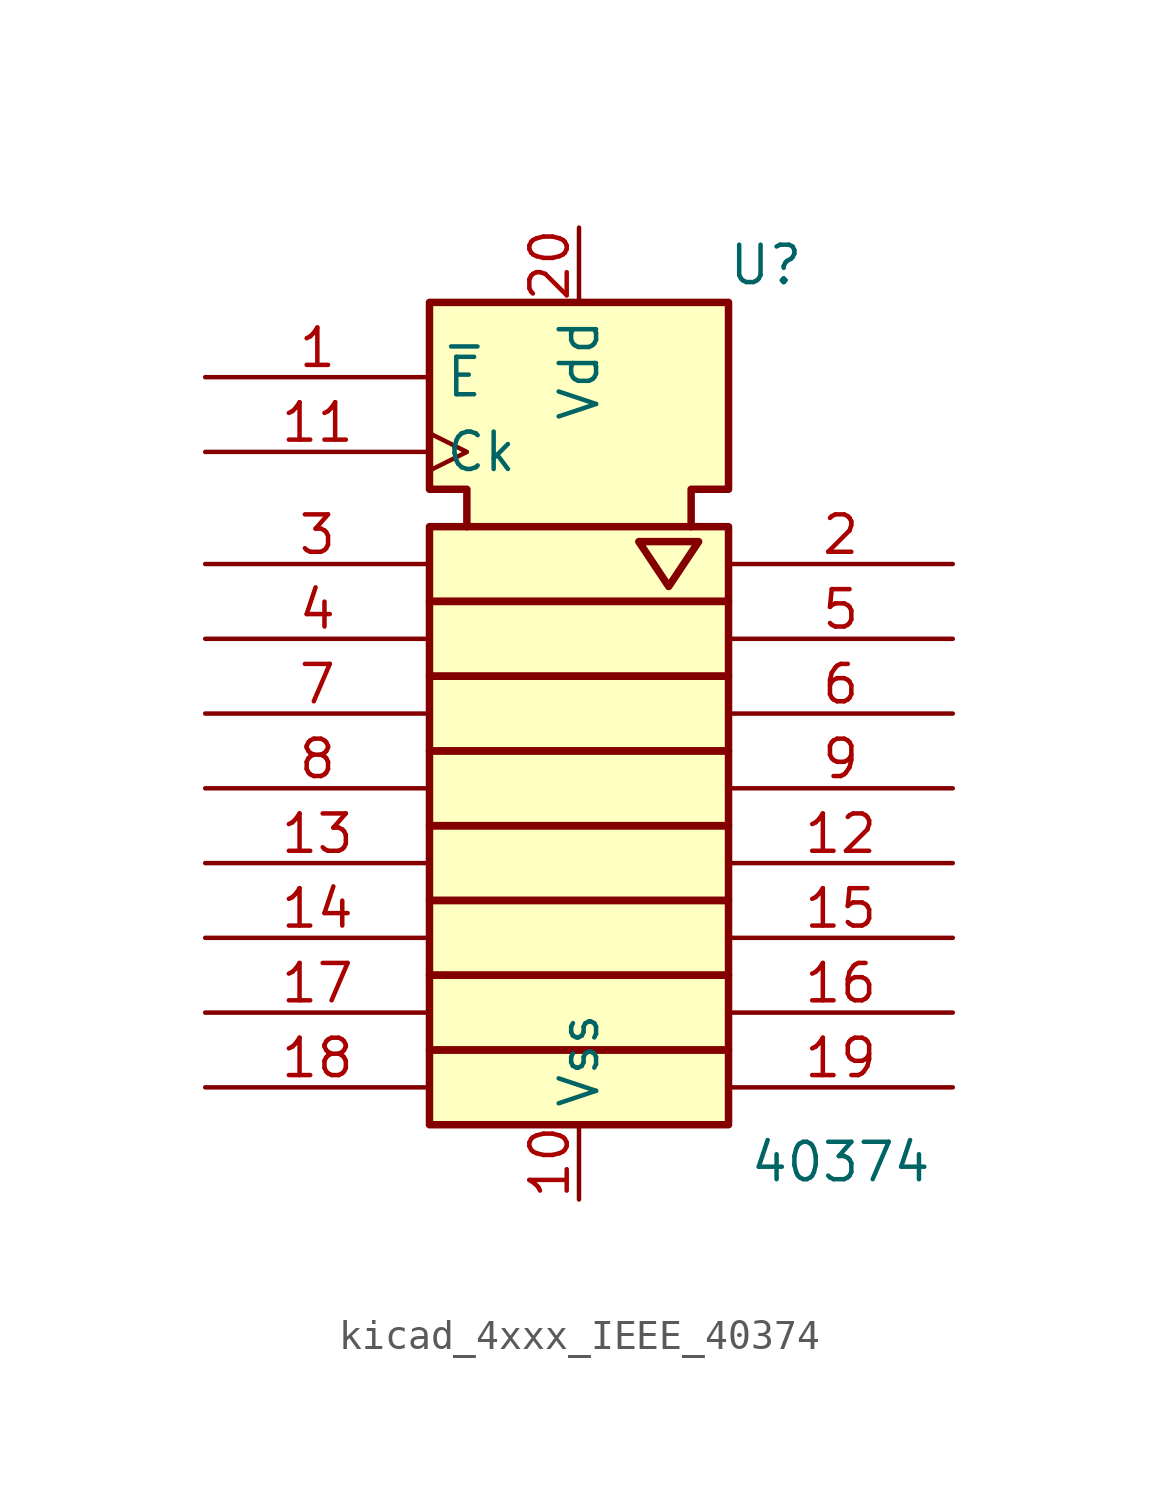
<source format=kicad_sym>
(kicad_symbol_lib
  (version 20220914)
  (generator kicad_symbol_editor)
  (symbol "kicad_4xxx_IEEE_40374"
    (property "Reference" "U"
      (at 6.35 13.97 0)
      (effects (font (size 1.27 1.27))))
    (property "Value" "40374"
      (at 8.89 -16.51 0)
      (effects (font (size 1.27 1.27))))
    (symbol "kicad_4xxx_IEEE_40374_0_0"
      (pin input line (at -12.7 10.16 0) (length 7.62) (name "~{E}" (effects (font (size 1.27 1.27)))) (number "1" (effects (font (size 1.27 1.27)))))
      (pin power_in line (at 0 -17.78 90) (length 2.54) (name "Vss" (effects (font (size 1.27 1.27)))) (number "10" (effects (font (size 1.27 1.27)))))
      (pin input clock (at -12.7 7.62 0) (length 7.62) (name "Ck" (effects (font (size 1.27 1.27)))) (number "11" (effects (font (size 1.27 1.27)))))
      (pin power_in line (at 0 15.24 270) (length 2.54) (name "Vdd" (effects (font (size 1.27 1.27)))) (number "20" (effects (font (size 1.27 1.27))))))
    (symbol "kicad_4xxx_IEEE_40374_0_1"
      (rectangle (start -5.08 -12.7) (end 5.08 -15.24) (stroke (width 0.254) (type default)) (fill (type background)))
      (rectangle (start -5.08 -10.16) (end 5.08 -12.7) (stroke (width 0.254) (type default)) (fill (type background)))
      (rectangle (start -5.08 -7.62) (end 5.08 -10.16) (stroke (width 0.254) (type default)) (fill (type background)))
      (rectangle (start -5.08 -5.08) (end 5.08 -7.62) (stroke (width 0.254) (type default)) (fill (type background)))
      (rectangle (start -5.08 -2.54) (end 5.08 -5.08) (stroke (width 0.254) (type default)) (fill (type background)))
      (rectangle (start -5.08 0) (end 5.08 -2.54) (stroke (width 0.254) (type default)) (fill (type background)))
      (rectangle (start -5.08 2.54) (end 5.08 0) (stroke (width 0.254) (type default)) (fill (type background)))
      (rectangle (start -5.08 5.08) (end 5.08 2.54) (stroke (width 0.254) (type default)) (fill (type background)))
      (polyline (pts (xy 2.032 4.572) (xy 4.064 4.572) (xy 3.048 3.048) (xy 2.032 4.572) (xy 2.032 4.572)) (stroke (width 0.254) (type default)) (fill (type background)))
      (polyline (pts (xy -3.81 5.08) (xy -3.81 6.35) (xy -5.08 6.35) (xy -5.08 12.7) (xy 5.08 12.7) (xy 5.08 6.35) (xy 3.81 6.35) (xy 3.81 5.08) (xy 3.81 5.08)) (stroke (width 0.254) (type default)) (fill (type background))))
    (symbol "kicad_4xxx_IEEE_40374_1_0"
      (pin tri_state line (at 12.7 -6.35 180) (length 7.62) (name "~" (effects (font (size 1.27 1.27)))) (number "12" (effects (font (size 1.27 1.27)))))
      (pin input line (at -12.7 -6.35 0) (length 7.62) (name "~" (effects (font (size 1.27 1.27)))) (number "13" (effects (font (size 1.27 1.27)))))
      (pin input line (at -12.7 -8.89 0) (length 7.62) (name "~" (effects (font (size 1.27 1.27)))) (number "14" (effects (font (size 1.27 1.27)))))
      (pin tri_state line (at 12.7 -8.89 180) (length 7.62) (name "~" (effects (font (size 1.27 1.27)))) (number "15" (effects (font (size 1.27 1.27)))))
      (pin tri_state line (at 12.7 -11.43 180) (length 7.62) (name "~" (effects (font (size 1.27 1.27)))) (number "16" (effects (font (size 1.27 1.27)))))
      (pin input line (at -12.7 -11.43 0) (length 7.62) (name "~" (effects (font (size 1.27 1.27)))) (number "17" (effects (font (size 1.27 1.27)))))
      (pin input line (at -12.7 -13.97 0) (length 7.62) (name "~" (effects (font (size 1.27 1.27)))) (number "18" (effects (font (size 1.27 1.27)))))
      (pin tri_state line (at 12.7 -13.97 180) (length 7.62) (name "~" (effects (font (size 1.27 1.27)))) (number "19" (effects (font (size 1.27 1.27)))))
      (pin tri_state line (at 12.7 3.81 180) (length 7.62) (name "~" (effects (font (size 1.27 1.27)))) (number "2" (effects (font (size 1.27 1.27)))))
      (pin input line (at -12.7 3.81 0) (length 7.62) (name "~" (effects (font (size 1.27 1.27)))) (number "3" (effects (font (size 1.27 1.27)))))
      (pin input line (at -12.7 1.27 0) (length 7.62) (name "~" (effects (font (size 1.27 1.27)))) (number "4" (effects (font (size 1.27 1.27)))))
      (pin tri_state line (at 12.7 1.27 180) (length 7.62) (name "~" (effects (font (size 1.27 1.27)))) (number "5" (effects (font (size 1.27 1.27)))))
      (pin tri_state line (at 12.7 -1.27 180) (length 7.62) (name "~" (effects (font (size 1.27 1.27)))) (number "6" (effects (font (size 1.27 1.27)))))
      (pin input line (at -12.7 -1.27 0) (length 7.62) (name "~" (effects (font (size 1.27 1.27)))) (number "7" (effects (font (size 1.27 1.27)))))
      (pin input line (at -12.7 -3.81 0) (length 7.62) (name "~" (effects (font (size 1.27 1.27)))) (number "8" (effects (font (size 1.27 1.27)))))
      (pin tri_state line (at 12.7 -3.81 180) (length 7.62) (name "~" (effects (font (size 1.27 1.27)))) (number "9" (effects (font (size 1.27 1.27))))))))
</source>
